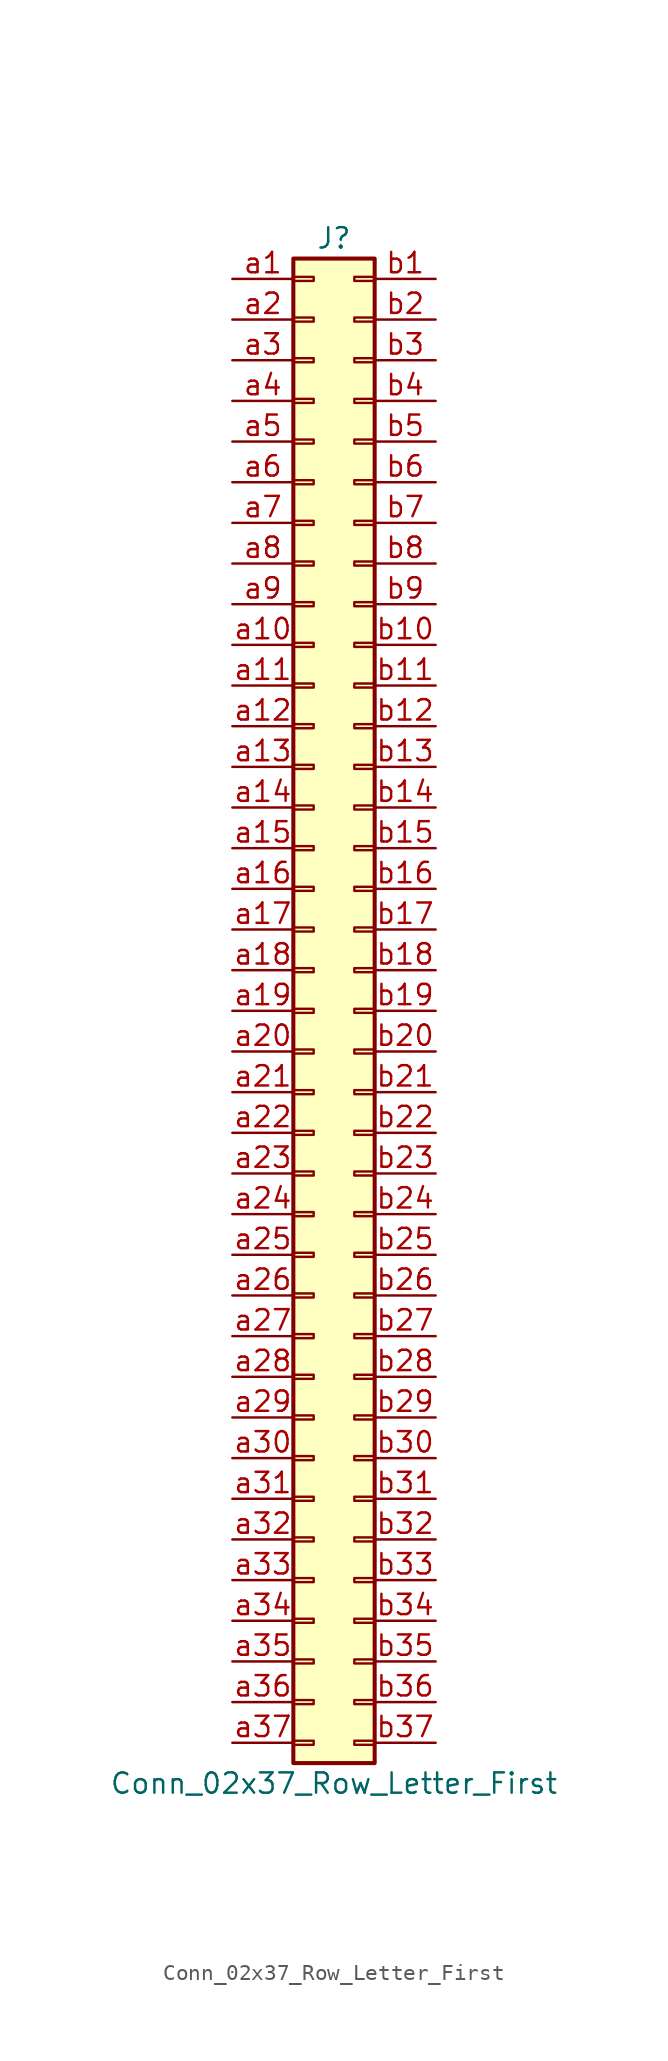
<source format=kicad_sym>
(kicad_symbol_lib
  (version 20211014)
  (generator kicad_symbol_editor)
  (symbol "Conn_02x37_Row_Letter_First"
    (pin_names
      (offset 1.016) hide)
    (property "Reference" "J"
      (at 1.27 48.26 0)
      (effects (font (size 1.27 1.27))))
    (property "Value" "Conn_02x37_Row_Letter_First"
      (at 1.27 -48.26 0)
      (effects (font (size 1.27 1.27))))
    (symbol "Conn_02x37_Row_Letter_First_1_1"
      (rectangle (start -1.27 -45.593) (end 0 -45.847) (stroke (width 0.152) (type default) (color 0 0 0 0)) (fill (type none)))
      (rectangle (start -1.27 -43.053) (end 0 -43.307) (stroke (width 0.152) (type default) (color 0 0 0 0)) (fill (type none)))
      (rectangle (start -1.27 -40.513) (end 0 -40.767) (stroke (width 0.152) (type default) (color 0 0 0 0)) (fill (type none)))
      (rectangle (start -1.27 -37.973) (end 0 -38.227) (stroke (width 0.152) (type default) (color 0 0 0 0)) (fill (type none)))
      (rectangle (start -1.27 -35.433) (end 0 -35.687) (stroke (width 0.152) (type default) (color 0 0 0 0)) (fill (type none)))
      (rectangle (start -1.27 -32.893) (end 0 -33.147) (stroke (width 0.152) (type default) (color 0 0 0 0)) (fill (type none)))
      (rectangle (start -1.27 -30.353) (end 0 -30.607) (stroke (width 0.152) (type default) (color 0 0 0 0)) (fill (type none)))
      (rectangle (start -1.27 -27.813) (end 0 -28.067) (stroke (width 0.152) (type default) (color 0 0 0 0)) (fill (type none)))
      (rectangle (start -1.27 -25.273) (end 0 -25.527) (stroke (width 0.152) (type default) (color 0 0 0 0)) (fill (type none)))
      (rectangle (start -1.27 -22.733) (end 0 -22.987) (stroke (width 0.152) (type default) (color 0 0 0 0)) (fill (type none)))
      (rectangle (start -1.27 -20.193) (end 0 -20.447) (stroke (width 0.152) (type default) (color 0 0 0 0)) (fill (type none)))
      (rectangle (start -1.27 -17.653) (end 0 -17.907) (stroke (width 0.152) (type default) (color 0 0 0 0)) (fill (type none)))
      (rectangle (start -1.27 -15.113) (end 0 -15.367) (stroke (width 0.152) (type default) (color 0 0 0 0)) (fill (type none)))
      (rectangle (start -1.27 -12.573) (end 0 -12.827) (stroke (width 0.152) (type default) (color 0 0 0 0)) (fill (type none)))
      (rectangle (start -1.27 -10.033) (end 0 -10.287) (stroke (width 0.152) (type default) (color 0 0 0 0)) (fill (type none)))
      (rectangle (start -1.27 -7.493) (end 0 -7.747) (stroke (width 0.152) (type default) (color 0 0 0 0)) (fill (type none)))
      (rectangle (start -1.27 -4.953) (end 0 -5.207) (stroke (width 0.152) (type default) (color 0 0 0 0)) (fill (type none)))
      (rectangle (start -1.27 -2.413) (end 0 -2.667) (stroke (width 0.152) (type default) (color 0 0 0 0)) (fill (type none)))
      (rectangle (start -1.27 0.127) (end 0 -0.127) (stroke (width 0.152) (type default) (color 0 0 0 0)) (fill (type none)))
      (rectangle (start -1.27 2.667) (end 0 2.413) (stroke (width 0.152) (type default) (color 0 0 0 0)) (fill (type none)))
      (rectangle (start -1.27 5.207) (end 0 4.953) (stroke (width 0.152) (type default) (color 0 0 0 0)) (fill (type none)))
      (rectangle (start -1.27 7.747) (end 0 7.493) (stroke (width 0.152) (type default) (color 0 0 0 0)) (fill (type none)))
      (rectangle (start -1.27 10.287) (end 0 10.033) (stroke (width 0.152) (type default) (color 0 0 0 0)) (fill (type none)))
      (rectangle (start -1.27 12.827) (end 0 12.573) (stroke (width 0.152) (type default) (color 0 0 0 0)) (fill (type none)))
      (rectangle (start -1.27 15.367) (end 0 15.113) (stroke (width 0.152) (type default) (color 0 0 0 0)) (fill (type none)))
      (rectangle (start -1.27 17.907) (end 0 17.653) (stroke (width 0.152) (type default) (color 0 0 0 0)) (fill (type none)))
      (rectangle (start -1.27 20.447) (end 0 20.193) (stroke (width 0.152) (type default) (color 0 0 0 0)) (fill (type none)))
      (rectangle (start -1.27 22.987) (end 0 22.733) (stroke (width 0.152) (type default) (color 0 0 0 0)) (fill (type none)))
      (rectangle (start -1.27 25.527) (end 0 25.273) (stroke (width 0.152) (type default) (color 0 0 0 0)) (fill (type none)))
      (rectangle (start -1.27 28.067) (end 0 27.813) (stroke (width 0.152) (type default) (color 0 0 0 0)) (fill (type none)))
      (rectangle (start -1.27 30.607) (end 0 30.353) (stroke (width 0.152) (type default) (color 0 0 0 0)) (fill (type none)))
      (rectangle (start -1.27 33.147) (end 0 32.893) (stroke (width 0.152) (type default) (color 0 0 0 0)) (fill (type none)))
      (rectangle (start -1.27 35.687) (end 0 35.433) (stroke (width 0.152) (type default) (color 0 0 0 0)) (fill (type none)))
      (rectangle (start -1.27 38.227) (end 0 37.973) (stroke (width 0.152) (type default) (color 0 0 0 0)) (fill (type none)))
      (rectangle (start -1.27 40.767) (end 0 40.513) (stroke (width 0.152) (type default) (color 0 0 0 0)) (fill (type none)))
      (rectangle (start -1.27 43.307) (end 0 43.053) (stroke (width 0.152) (type default) (color 0 0 0 0)) (fill (type none)))
      (rectangle (start -1.27 45.847) (end 0 45.593) (stroke (width 0.152) (type default) (color 0 0 0 0)) (fill (type none)))
      (rectangle (start -1.27 46.99) (end 3.81 -46.99) (stroke (width 0.254) (type default) (color 0 0 0 0)) (fill (type background)))
      (rectangle (start 3.81 -45.593) (end 2.54 -45.847) (stroke (width 0.152) (type default) (color 0 0 0 0)) (fill (type none)))
      (rectangle (start 3.81 -43.053) (end 2.54 -43.307) (stroke (width 0.152) (type default) (color 0 0 0 0)) (fill (type none)))
      (rectangle (start 3.81 -40.513) (end 2.54 -40.767) (stroke (width 0.152) (type default) (color 0 0 0 0)) (fill (type none)))
      (rectangle (start 3.81 -37.973) (end 2.54 -38.227) (stroke (width 0.152) (type default) (color 0 0 0 0)) (fill (type none)))
      (rectangle (start 3.81 -35.433) (end 2.54 -35.687) (stroke (width 0.152) (type default) (color 0 0 0 0)) (fill (type none)))
      (rectangle (start 3.81 -32.893) (end 2.54 -33.147) (stroke (width 0.152) (type default) (color 0 0 0 0)) (fill (type none)))
      (rectangle (start 3.81 -30.353) (end 2.54 -30.607) (stroke (width 0.152) (type default) (color 0 0 0 0)) (fill (type none)))
      (rectangle (start 3.81 -27.813) (end 2.54 -28.067) (stroke (width 0.152) (type default) (color 0 0 0 0)) (fill (type none)))
      (rectangle (start 3.81 -25.273) (end 2.54 -25.527) (stroke (width 0.152) (type default) (color 0 0 0 0)) (fill (type none)))
      (rectangle (start 3.81 -22.733) (end 2.54 -22.987) (stroke (width 0.152) (type default) (color 0 0 0 0)) (fill (type none)))
      (rectangle (start 3.81 -20.193) (end 2.54 -20.447) (stroke (width 0.152) (type default) (color 0 0 0 0)) (fill (type none)))
      (rectangle (start 3.81 -17.653) (end 2.54 -17.907) (stroke (width 0.152) (type default) (color 0 0 0 0)) (fill (type none)))
      (rectangle (start 3.81 -15.113) (end 2.54 -15.367) (stroke (width 0.152) (type default) (color 0 0 0 0)) (fill (type none)))
      (rectangle (start 3.81 -12.573) (end 2.54 -12.827) (stroke (width 0.152) (type default) (color 0 0 0 0)) (fill (type none)))
      (rectangle (start 3.81 -10.033) (end 2.54 -10.287) (stroke (width 0.152) (type default) (color 0 0 0 0)) (fill (type none)))
      (rectangle (start 3.81 -7.493) (end 2.54 -7.747) (stroke (width 0.152) (type default) (color 0 0 0 0)) (fill (type none)))
      (rectangle (start 3.81 -4.953) (end 2.54 -5.207) (stroke (width 0.152) (type default) (color 0 0 0 0)) (fill (type none)))
      (rectangle (start 3.81 -2.413) (end 2.54 -2.667) (stroke (width 0.152) (type default) (color 0 0 0 0)) (fill (type none)))
      (rectangle (start 3.81 0.127) (end 2.54 -0.127) (stroke (width 0.152) (type default) (color 0 0 0 0)) (fill (type none)))
      (rectangle (start 3.81 2.667) (end 2.54 2.413) (stroke (width 0.152) (type default) (color 0 0 0 0)) (fill (type none)))
      (rectangle (start 3.81 5.207) (end 2.54 4.953) (stroke (width 0.152) (type default) (color 0 0 0 0)) (fill (type none)))
      (rectangle (start 3.81 7.747) (end 2.54 7.493) (stroke (width 0.152) (type default) (color 0 0 0 0)) (fill (type none)))
      (rectangle (start 3.81 10.287) (end 2.54 10.033) (stroke (width 0.152) (type default) (color 0 0 0 0)) (fill (type none)))
      (rectangle (start 3.81 12.827) (end 2.54 12.573) (stroke (width 0.152) (type default) (color 0 0 0 0)) (fill (type none)))
      (rectangle (start 3.81 15.367) (end 2.54 15.113) (stroke (width 0.152) (type default) (color 0 0 0 0)) (fill (type none)))
      (rectangle (start 3.81 17.907) (end 2.54 17.653) (stroke (width 0.152) (type default) (color 0 0 0 0)) (fill (type none)))
      (rectangle (start 3.81 20.447) (end 2.54 20.193) (stroke (width 0.152) (type default) (color 0 0 0 0)) (fill (type none)))
      (rectangle (start 3.81 22.987) (end 2.54 22.733) (stroke (width 0.152) (type default) (color 0 0 0 0)) (fill (type none)))
      (rectangle (start 3.81 25.527) (end 2.54 25.273) (stroke (width 0.152) (type default) (color 0 0 0 0)) (fill (type none)))
      (rectangle (start 3.81 28.067) (end 2.54 27.813) (stroke (width 0.152) (type default) (color 0 0 0 0)) (fill (type none)))
      (rectangle (start 3.81 30.607) (end 2.54 30.353) (stroke (width 0.152) (type default) (color 0 0 0 0)) (fill (type none)))
      (rectangle (start 3.81 33.147) (end 2.54 32.893) (stroke (width 0.152) (type default) (color 0 0 0 0)) (fill (type none)))
      (rectangle (start 3.81 35.687) (end 2.54 35.433) (stroke (width 0.152) (type default) (color 0 0 0 0)) (fill (type none)))
      (rectangle (start 3.81 38.227) (end 2.54 37.973) (stroke (width 0.152) (type default) (color 0 0 0 0)) (fill (type none)))
      (rectangle (start 3.81 40.767) (end 2.54 40.513) (stroke (width 0.152) (type default) (color 0 0 0 0)) (fill (type none)))
      (rectangle (start 3.81 43.307) (end 2.54 43.053) (stroke (width 0.152) (type default) (color 0 0 0 0)) (fill (type none)))
      (rectangle (start 3.81 45.847) (end 2.54 45.593) (stroke (width 0.152) (type default) (color 0 0 0 0)) (fill (type none)))
      (pin passive line (at -5.08 45.72 0) (length 3.81) (name "Pin_a1" (effects (font (size 1.27 1.27)))) (number "a1" (effects (font (size 1.27 1.27)))))
      (pin passive line (at -5.08 22.86 0) (length 3.81) (name "Pin_a10" (effects (font (size 1.27 1.27)))) (number "a10" (effects (font (size 1.27 1.27)))))
      (pin passive line (at -5.08 20.32 0) (length 3.81) (name "Pin_a11" (effects (font (size 1.27 1.27)))) (number "a11" (effects (font (size 1.27 1.27)))))
      (pin passive line (at -5.08 17.78 0) (length 3.81) (name "Pin_a12" (effects (font (size 1.27 1.27)))) (number "a12" (effects (font (size 1.27 1.27)))))
      (pin passive line (at -5.08 15.24 0) (length 3.81) (name "Pin_a13" (effects (font (size 1.27 1.27)))) (number "a13" (effects (font (size 1.27 1.27)))))
      (pin passive line (at -5.08 12.7 0) (length 3.81) (name "Pin_a14" (effects (font (size 1.27 1.27)))) (number "a14" (effects (font (size 1.27 1.27)))))
      (pin passive line (at -5.08 10.16 0) (length 3.81) (name "Pin_a15" (effects (font (size 1.27 1.27)))) (number "a15" (effects (font (size 1.27 1.27)))))
      (pin passive line (at -5.08 7.62 0) (length 3.81) (name "Pin_a16" (effects (font (size 1.27 1.27)))) (number "a16" (effects (font (size 1.27 1.27)))))
      (pin passive line (at -5.08 5.08 0) (length 3.81) (name "Pin_a17" (effects (font (size 1.27 1.27)))) (number "a17" (effects (font (size 1.27 1.27)))))
      (pin passive line (at -5.08 2.54 0) (length 3.81) (name "Pin_a18" (effects (font (size 1.27 1.27)))) (number "a18" (effects (font (size 1.27 1.27)))))
      (pin passive line (at -5.08 0 0) (length 3.81) (name "Pin_a19" (effects (font (size 1.27 1.27)))) (number "a19" (effects (font (size 1.27 1.27)))))
      (pin passive line (at -5.08 43.18 0) (length 3.81) (name "Pin_a2" (effects (font (size 1.27 1.27)))) (number "a2" (effects (font (size 1.27 1.27)))))
      (pin passive line (at -5.08 -2.54 0) (length 3.81) (name "Pin_a20" (effects (font (size 1.27 1.27)))) (number "a20" (effects (font (size 1.27 1.27)))))
      (pin passive line (at -5.08 -5.08 0) (length 3.81) (name "Pin_a21" (effects (font (size 1.27 1.27)))) (number "a21" (effects (font (size 1.27 1.27)))))
      (pin passive line (at -5.08 -7.62 0) (length 3.81) (name "Pin_a22" (effects (font (size 1.27 1.27)))) (number "a22" (effects (font (size 1.27 1.27)))))
      (pin passive line (at -5.08 -10.16 0) (length 3.81) (name "Pin_a23" (effects (font (size 1.27 1.27)))) (number "a23" (effects (font (size 1.27 1.27)))))
      (pin passive line (at -5.08 -12.7 0) (length 3.81) (name "Pin_a24" (effects (font (size 1.27 1.27)))) (number "a24" (effects (font (size 1.27 1.27)))))
      (pin passive line (at -5.08 -15.24 0) (length 3.81) (name "Pin_a25" (effects (font (size 1.27 1.27)))) (number "a25" (effects (font (size 1.27 1.27)))))
      (pin passive line (at -5.08 -17.78 0) (length 3.81) (name "Pin_a26" (effects (font (size 1.27 1.27)))) (number "a26" (effects (font (size 1.27 1.27)))))
      (pin passive line (at -5.08 -20.32 0) (length 3.81) (name "Pin_a27" (effects (font (size 1.27 1.27)))) (number "a27" (effects (font (size 1.27 1.27)))))
      (pin passive line (at -5.08 -22.86 0) (length 3.81) (name "Pin_a28" (effects (font (size 1.27 1.27)))) (number "a28" (effects (font (size 1.27 1.27)))))
      (pin passive line (at -5.08 -25.4 0) (length 3.81) (name "Pin_a29" (effects (font (size 1.27 1.27)))) (number "a29" (effects (font (size 1.27 1.27)))))
      (pin passive line (at -5.08 40.64 0) (length 3.81) (name "Pin_a3" (effects (font (size 1.27 1.27)))) (number "a3" (effects (font (size 1.27 1.27)))))
      (pin passive line (at -5.08 -27.94 0) (length 3.81) (name "Pin_a30" (effects (font (size 1.27 1.27)))) (number "a30" (effects (font (size 1.27 1.27)))))
      (pin passive line (at -5.08 -30.48 0) (length 3.81) (name "Pin_a31" (effects (font (size 1.27 1.27)))) (number "a31" (effects (font (size 1.27 1.27)))))
      (pin passive line (at -5.08 -33.02 0) (length 3.81) (name "Pin_a32" (effects (font (size 1.27 1.27)))) (number "a32" (effects (font (size 1.27 1.27)))))
      (pin passive line (at -5.08 -35.56 0) (length 3.81) (name "Pin_a33" (effects (font (size 1.27 1.27)))) (number "a33" (effects (font (size 1.27 1.27)))))
      (pin passive line (at -5.08 -38.1 0) (length 3.81) (name "Pin_a34" (effects (font (size 1.27 1.27)))) (number "a34" (effects (font (size 1.27 1.27)))))
      (pin passive line (at -5.08 -40.64 0) (length 3.81) (name "Pin_a35" (effects (font (size 1.27 1.27)))) (number "a35" (effects (font (size 1.27 1.27)))))
      (pin passive line (at -5.08 -43.18 0) (length 3.81) (name "Pin_a36" (effects (font (size 1.27 1.27)))) (number "a36" (effects (font (size 1.27 1.27)))))
      (pin passive line (at -5.08 -45.72 0) (length 3.81) (name "Pin_a37" (effects (font (size 1.27 1.27)))) (number "a37" (effects (font (size 1.27 1.27)))))
      (pin passive line (at -5.08 38.1 0) (length 3.81) (name "Pin_a4" (effects (font (size 1.27 1.27)))) (number "a4" (effects (font (size 1.27 1.27)))))
      (pin passive line (at -5.08 35.56 0) (length 3.81) (name "Pin_a5" (effects (font (size 1.27 1.27)))) (number "a5" (effects (font (size 1.27 1.27)))))
      (pin passive line (at -5.08 33.02 0) (length 3.81) (name "Pin_a6" (effects (font (size 1.27 1.27)))) (number "a6" (effects (font (size 1.27 1.27)))))
      (pin passive line (at -5.08 30.48 0) (length 3.81) (name "Pin_a7" (effects (font (size 1.27 1.27)))) (number "a7" (effects (font (size 1.27 1.27)))))
      (pin passive line (at -5.08 27.94 0) (length 3.81) (name "Pin_a8" (effects (font (size 1.27 1.27)))) (number "a8" (effects (font (size 1.27 1.27)))))
      (pin passive line (at -5.08 25.4 0) (length 3.81) (name "Pin_a9" (effects (font (size 1.27 1.27)))) (number "a9" (effects (font (size 1.27 1.27)))))
      (pin passive line (at 7.62 45.72 180) (length 3.81) (name "Pin_b1" (effects (font (size 1.27 1.27)))) (number "b1" (effects (font (size 1.27 1.27)))))
      (pin passive line (at 7.62 22.86 180) (length 3.81) (name "Pin_b10" (effects (font (size 1.27 1.27)))) (number "b10" (effects (font (size 1.27 1.27)))))
      (pin passive line (at 7.62 20.32 180) (length 3.81) (name "Pin_b11" (effects (font (size 1.27 1.27)))) (number "b11" (effects (font (size 1.27 1.27)))))
      (pin passive line (at 7.62 17.78 180) (length 3.81) (name "Pin_b12" (effects (font (size 1.27 1.27)))) (number "b12" (effects (font (size 1.27 1.27)))))
      (pin passive line (at 7.62 15.24 180) (length 3.81) (name "Pin_b13" (effects (font (size 1.27 1.27)))) (number "b13" (effects (font (size 1.27 1.27)))))
      (pin passive line (at 7.62 12.7 180) (length 3.81) (name "Pin_b14" (effects (font (size 1.27 1.27)))) (number "b14" (effects (font (size 1.27 1.27)))))
      (pin passive line (at 7.62 10.16 180) (length 3.81) (name "Pin_b15" (effects (font (size 1.27 1.27)))) (number "b15" (effects (font (size 1.27 1.27)))))
      (pin passive line (at 7.62 7.62 180) (length 3.81) (name "Pin_b16" (effects (font (size 1.27 1.27)))) (number "b16" (effects (font (size 1.27 1.27)))))
      (pin passive line (at 7.62 5.08 180) (length 3.81) (name "Pin_b17" (effects (font (size 1.27 1.27)))) (number "b17" (effects (font (size 1.27 1.27)))))
      (pin passive line (at 7.62 2.54 180) (length 3.81) (name "Pin_b18" (effects (font (size 1.27 1.27)))) (number "b18" (effects (font (size 1.27 1.27)))))
      (pin passive line (at 7.62 0 180) (length 3.81) (name "Pin_b19" (effects (font (size 1.27 1.27)))) (number "b19" (effects (font (size 1.27 1.27)))))
      (pin passive line (at 7.62 43.18 180) (length 3.81) (name "Pin_b2" (effects (font (size 1.27 1.27)))) (number "b2" (effects (font (size 1.27 1.27)))))
      (pin passive line (at 7.62 -2.54 180) (length 3.81) (name "Pin_b20" (effects (font (size 1.27 1.27)))) (number "b20" (effects (font (size 1.27 1.27)))))
      (pin passive line (at 7.62 -5.08 180) (length 3.81) (name "Pin_b21" (effects (font (size 1.27 1.27)))) (number "b21" (effects (font (size 1.27 1.27)))))
      (pin passive line (at 7.62 -7.62 180) (length 3.81) (name "Pin_b22" (effects (font (size 1.27 1.27)))) (number "b22" (effects (font (size 1.27 1.27)))))
      (pin passive line (at 7.62 -10.16 180) (length 3.81) (name "Pin_b23" (effects (font (size 1.27 1.27)))) (number "b23" (effects (font (size 1.27 1.27)))))
      (pin passive line (at 7.62 -12.7 180) (length 3.81) (name "Pin_b24" (effects (font (size 1.27 1.27)))) (number "b24" (effects (font (size 1.27 1.27)))))
      (pin passive line (at 7.62 -15.24 180) (length 3.81) (name "Pin_b25" (effects (font (size 1.27 1.27)))) (number "b25" (effects (font (size 1.27 1.27)))))
      (pin passive line (at 7.62 -17.78 180) (length 3.81) (name "Pin_b26" (effects (font (size 1.27 1.27)))) (number "b26" (effects (font (size 1.27 1.27)))))
      (pin passive line (at 7.62 -20.32 180) (length 3.81) (name "Pin_b27" (effects (font (size 1.27 1.27)))) (number "b27" (effects (font (size 1.27 1.27)))))
      (pin passive line (at 7.62 -22.86 180) (length 3.81) (name "Pin_b28" (effects (font (size 1.27 1.27)))) (number "b28" (effects (font (size 1.27 1.27)))))
      (pin passive line (at 7.62 -25.4 180) (length 3.81) (name "Pin_b29" (effects (font (size 1.27 1.27)))) (number "b29" (effects (font (size 1.27 1.27)))))
      (pin passive line (at 7.62 40.64 180) (length 3.81) (name "Pin_b3" (effects (font (size 1.27 1.27)))) (number "b3" (effects (font (size 1.27 1.27)))))
      (pin passive line (at 7.62 -27.94 180) (length 3.81) (name "Pin_b30" (effects (font (size 1.27 1.27)))) (number "b30" (effects (font (size 1.27 1.27)))))
      (pin passive line (at 7.62 -30.48 180) (length 3.81) (name "Pin_b31" (effects (font (size 1.27 1.27)))) (number "b31" (effects (font (size 1.27 1.27)))))
      (pin passive line (at 7.62 -33.02 180) (length 3.81) (name "Pin_b32" (effects (font (size 1.27 1.27)))) (number "b32" (effects (font (size 1.27 1.27)))))
      (pin passive line (at 7.62 -35.56 180) (length 3.81) (name "Pin_b33" (effects (font (size 1.27 1.27)))) (number "b33" (effects (font (size 1.27 1.27)))))
      (pin passive line (at 7.62 -38.1 180) (length 3.81) (name "Pin_b34" (effects (font (size 1.27 1.27)))) (number "b34" (effects (font (size 1.27 1.27)))))
      (pin passive line (at 7.62 -40.64 180) (length 3.81) (name "Pin_b35" (effects (font (size 1.27 1.27)))) (number "b35" (effects (font (size 1.27 1.27)))))
      (pin passive line (at 7.62 -43.18 180) (length 3.81) (name "Pin_b36" (effects (font (size 1.27 1.27)))) (number "b36" (effects (font (size 1.27 1.27)))))
      (pin passive line (at 7.62 -45.72 180) (length 3.81) (name "Pin_b37" (effects (font (size 1.27 1.27)))) (number "b37" (effects (font (size 1.27 1.27)))))
      (pin passive line (at 7.62 38.1 180) (length 3.81) (name "Pin_b4" (effects (font (size 1.27 1.27)))) (number "b4" (effects (font (size 1.27 1.27)))))
      (pin passive line (at 7.62 35.56 180) (length 3.81) (name "Pin_b5" (effects (font (size 1.27 1.27)))) (number "b5" (effects (font (size 1.27 1.27)))))
      (pin passive line (at 7.62 33.02 180) (length 3.81) (name "Pin_b6" (effects (font (size 1.27 1.27)))) (number "b6" (effects (font (size 1.27 1.27)))))
      (pin passive line (at 7.62 30.48 180) (length 3.81) (name "Pin_b7" (effects (font (size 1.27 1.27)))) (number "b7" (effects (font (size 1.27 1.27)))))
      (pin passive line (at 7.62 27.94 180) (length 3.81) (name "Pin_b8" (effects (font (size 1.27 1.27)))) (number "b8" (effects (font (size 1.27 1.27)))))
      (pin passive line (at 7.62 25.4 180) (length 3.81) (name "Pin_b9" (effects (font (size 1.27 1.27)))) (number "b9" (effects (font (size 1.27 1.27))))))))
</source>
